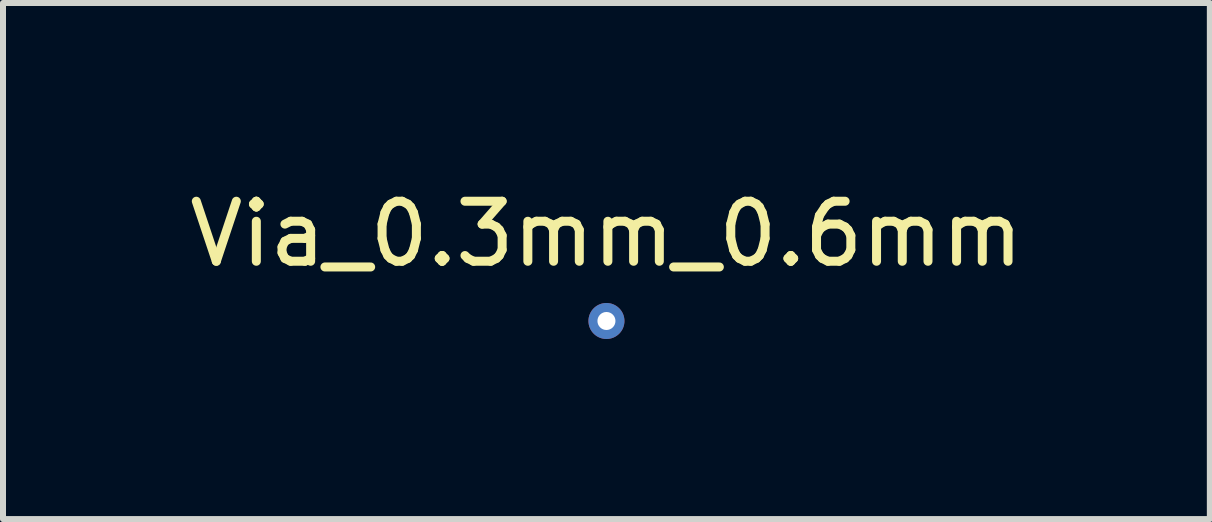
<source format=kicad_pcb>
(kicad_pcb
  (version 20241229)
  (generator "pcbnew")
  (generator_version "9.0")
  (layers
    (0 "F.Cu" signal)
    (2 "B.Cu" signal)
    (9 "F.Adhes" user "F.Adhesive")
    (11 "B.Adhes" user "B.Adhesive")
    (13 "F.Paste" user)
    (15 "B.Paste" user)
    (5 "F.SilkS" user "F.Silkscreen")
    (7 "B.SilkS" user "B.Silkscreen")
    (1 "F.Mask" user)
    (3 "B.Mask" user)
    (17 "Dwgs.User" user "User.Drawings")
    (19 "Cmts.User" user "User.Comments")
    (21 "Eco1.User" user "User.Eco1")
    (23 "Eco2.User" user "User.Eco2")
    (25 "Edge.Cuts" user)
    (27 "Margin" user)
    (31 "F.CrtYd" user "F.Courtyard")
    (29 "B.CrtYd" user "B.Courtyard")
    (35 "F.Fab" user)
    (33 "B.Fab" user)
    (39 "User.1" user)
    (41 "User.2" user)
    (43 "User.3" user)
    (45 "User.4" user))
  (footprint "Via_0.3mm_0.6mm"
    (layer "F.Cu")
    (at 7.054 2.298)
    (property "Reference" "Via_0.3mm_0.6mm" (at 0 -1.45 0) (layer "F.SilkS") (effects (font (size 1 1) (thickness 0.15))))
    (attr through_hole)
    (pad "1" thru_hole circle (at 0 0) (size 0.6 0.6) (drill 0.3) (layers "*.Cu" "*.Mask")))
  (gr_rect
    (start -3 -3)
    (end 17.107 5.598)
    (stroke (width 0.1) (type default))
    (fill no)
    (layer "Edge.Cuts")))
</source>
